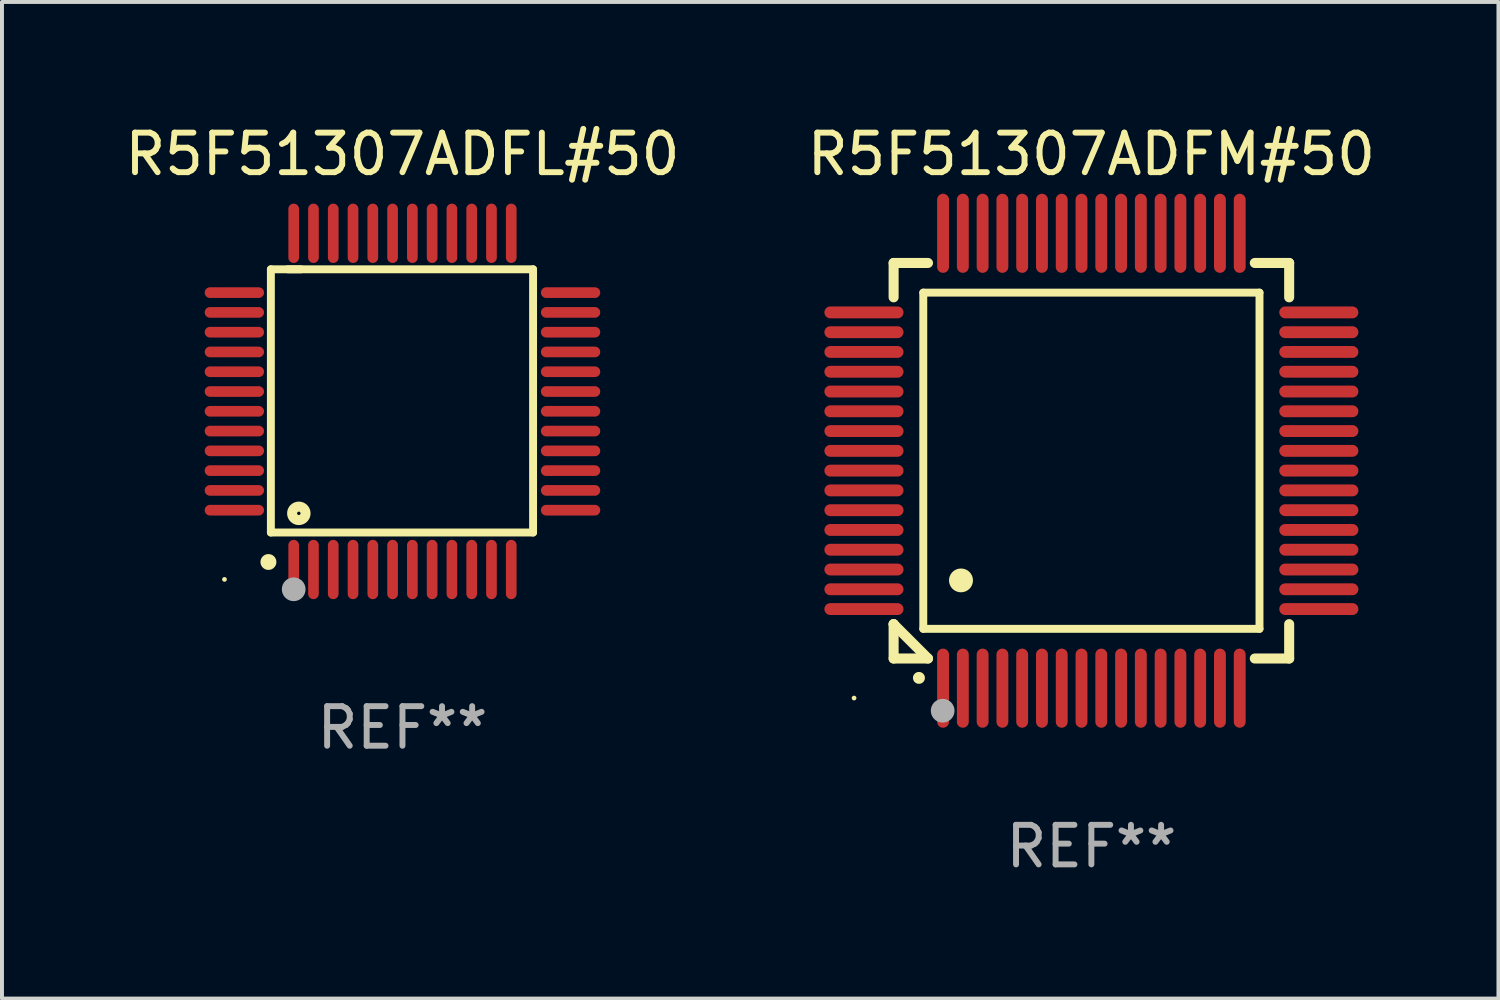
<source format=kicad_pcb>
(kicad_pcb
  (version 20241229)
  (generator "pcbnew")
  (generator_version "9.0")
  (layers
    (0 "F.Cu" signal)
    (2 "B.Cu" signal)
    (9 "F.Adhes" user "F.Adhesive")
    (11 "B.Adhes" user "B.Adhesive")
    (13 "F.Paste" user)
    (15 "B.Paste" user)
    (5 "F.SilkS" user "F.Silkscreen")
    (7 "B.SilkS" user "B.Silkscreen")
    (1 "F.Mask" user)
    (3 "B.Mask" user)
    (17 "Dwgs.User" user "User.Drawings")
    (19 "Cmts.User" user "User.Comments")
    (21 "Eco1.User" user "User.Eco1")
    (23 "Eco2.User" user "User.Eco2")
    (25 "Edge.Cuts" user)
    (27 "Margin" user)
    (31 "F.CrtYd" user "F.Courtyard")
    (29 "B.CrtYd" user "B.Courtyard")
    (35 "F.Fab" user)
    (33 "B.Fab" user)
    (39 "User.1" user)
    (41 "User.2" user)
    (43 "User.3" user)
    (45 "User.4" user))
  (footprint "R5F51307ADFL#50"
    (layer "F.Cu")
    (at 7.125 7.098)
    (property "Reference" "R5F51307ADFL#50" (at 0 -6.25 0) (layer "F.SilkS") (effects (font (size 1 1) (thickness 0.15))))
    (attr through_hole)
    (fp_line (start -3.327 -3.34) (end -2.565 -3.34) (stroke (width 0.2) (type solid)) (layer "F.SilkS"))
    (fp_line (start -3.327 3.315) (end -3.327 -3.34) (stroke (width 0.2) (type solid)) (layer "F.SilkS"))
    (fp_line (start -2.896 -3.34) (end 3.302 -3.34) (stroke (width 0.2) (type solid)) (layer "F.SilkS"))
    (fp_line (start 3.302 -3.34) (end 3.302 3.315) (stroke (width 0.2) (type solid)) (layer "F.SilkS"))
    (fp_line (start 3.302 3.315) (end -3.327 3.315) (stroke (width 0.2) (type solid)) (layer "F.SilkS"))
    (fp_arc (start -3.389992 4.059995) (mid -3.388722 4.059991) (end -3.387452 4.059995) (stroke (width 0.4) (type solid)) (layer "F.SilkS"))
    (fp_circle (center -4.5 4.5) (end -4.47 4.5) (stroke (width 0.06) (type solid)) (fill no) (layer "F.SilkS"))
    (fp_circle (center -2.62 2.83) (end -2.45 2.83) (stroke (width 0.254) (type solid)) (fill no) (layer "F.SilkS"))
    (fp_circle (center -2.75 4.75) (end -2.6 4.75) (stroke (width 0.3) (type solid)) (fill no) (layer "F.Fab"))
    (fp_text user "REF**" (at 0 8.25 0) (layer "F.Fab") (effects (font (size 1 1) (thickness 0.15))))
    (pad "1" smd oval (at -2.75 4.25) (size 0.27 1.5) (layers "F.Cu" "F.Mask" "F.Paste"))
    (pad "2" smd oval (at -2.25 4.25) (size 0.27 1.5) (layers "F.Cu" "F.Mask" "F.Paste"))
    (pad "3" smd oval (at -1.75 4.25) (size 0.27 1.5) (layers "F.Cu" "F.Mask" "F.Paste"))
    (pad "4" smd oval (at -1.25 4.25) (size 0.27 1.5) (layers "F.Cu" "F.Mask" "F.Paste"))
    (pad "5" smd oval (at -0.75 4.25) (size 0.27 1.5) (layers "F.Cu" "F.Mask" "F.Paste"))
    (pad "6" smd oval (at -0.25 4.25) (size 0.27 1.5) (layers "F.Cu" "F.Mask" "F.Paste"))
    (pad "7" smd oval (at 0.25 4.25) (size 0.27 1.5) (layers "F.Cu" "F.Mask" "F.Paste"))
    (pad "8" smd oval (at 0.75 4.25) (size 0.27 1.5) (layers "F.Cu" "F.Mask" "F.Paste"))
    (pad "9" smd oval (at 1.25 4.25) (size 0.27 1.5) (layers "F.Cu" "F.Mask" "F.Paste"))
    (pad "10" smd oval (at 1.75 4.25) (size 0.27 1.5) (layers "F.Cu" "F.Mask" "F.Paste"))
    (pad "11" smd oval (at 2.25 4.25) (size 0.27 1.5) (layers "F.Cu" "F.Mask" "F.Paste"))
    (pad "12" smd oval (at 2.75 4.25) (size 0.27 1.5) (layers "F.Cu" "F.Mask" "F.Paste"))
    (pad "13" smd oval (at 4.25 2.75) (size 1.5 0.27) (layers "F.Cu" "F.Mask" "F.Paste"))
    (pad "14" smd oval (at 4.25 2.25) (size 1.5 0.27) (layers "F.Cu" "F.Mask" "F.Paste"))
    (pad "15" smd oval (at 4.25 1.75) (size 1.5 0.27) (layers "F.Cu" "F.Mask" "F.Paste"))
    (pad "16" smd oval (at 4.25 1.25) (size 1.5 0.27) (layers "F.Cu" "F.Mask" "F.Paste"))
    (pad "17" smd oval (at 4.25 0.75) (size 1.5 0.27) (layers "F.Cu" "F.Mask" "F.Paste"))
    (pad "18" smd oval (at 4.25 0.25) (size 1.5 0.27) (layers "F.Cu" "F.Mask" "F.Paste"))
    (pad "19" smd oval (at 4.25 -0.25) (size 1.5 0.27) (layers "F.Cu" "F.Mask" "F.Paste"))
    (pad "20" smd oval (at 4.25 -0.75) (size 1.5 0.27) (layers "F.Cu" "F.Mask" "F.Paste"))
    (pad "21" smd oval (at 4.25 -1.25) (size 1.5 0.27) (layers "F.Cu" "F.Mask" "F.Paste"))
    (pad "22" smd oval (at 4.25 -1.75) (size 1.5 0.27) (layers "F.Cu" "F.Mask" "F.Paste"))
    (pad "23" smd oval (at 4.25 -2.25) (size 1.5 0.27) (layers "F.Cu" "F.Mask" "F.Paste"))
    (pad "24" smd oval (at 4.25 -2.75) (size 1.5 0.27) (layers "F.Cu" "F.Mask" "F.Paste"))
    (pad "25" smd oval (at 2.75 -4.25) (size 0.27 1.5) (layers "F.Cu" "F.Mask" "F.Paste"))
    (pad "26" smd oval (at 2.25 -4.25) (size 0.27 1.5) (layers "F.Cu" "F.Mask" "F.Paste"))
    (pad "27" smd oval (at 1.75 -4.25) (size 0.27 1.5) (layers "F.Cu" "F.Mask" "F.Paste"))
    (pad "28" smd oval (at 1.25 -4.25) (size 0.27 1.5) (layers "F.Cu" "F.Mask" "F.Paste"))
    (pad "29" smd oval (at 0.75 -4.25) (size 0.27 1.5) (layers "F.Cu" "F.Mask" "F.Paste"))
    (pad "30" smd oval (at 0.25 -4.25) (size 0.27 1.5) (layers "F.Cu" "F.Mask" "F.Paste"))
    (pad "31" smd oval (at -0.25 -4.25) (size 0.27 1.5) (layers "F.Cu" "F.Mask" "F.Paste"))
    (pad "32" smd oval (at -0.75 -4.25) (size 0.27 1.5) (layers "F.Cu" "F.Mask" "F.Paste"))
    (pad "33" smd oval (at -1.25 -4.25) (size 0.27 1.5) (layers "F.Cu" "F.Mask" "F.Paste"))
    (pad "34" smd oval (at -1.75 -4.25) (size 0.27 1.5) (layers "F.Cu" "F.Mask" "F.Paste"))
    (pad "35" smd oval (at -2.25 -4.25) (size 0.27 1.5) (layers "F.Cu" "F.Mask" "F.Paste"))
    (pad "36" smd oval (at -2.75 -4.25) (size 0.27 1.5) (layers "F.Cu" "F.Mask" "F.Paste"))
    (pad "37" smd oval (at -4.25 -2.75) (size 1.5 0.27) (layers "F.Cu" "F.Mask" "F.Paste"))
    (pad "38" smd oval (at -4.25 -2.25) (size 1.5 0.27) (layers "F.Cu" "F.Mask" "F.Paste"))
    (pad "39" smd oval (at -4.25 -1.75) (size 1.5 0.27) (layers "F.Cu" "F.Mask" "F.Paste"))
    (pad "40" smd oval (at -4.25 -1.25) (size 1.5 0.27) (layers "F.Cu" "F.Mask" "F.Paste"))
    (pad "41" smd oval (at -4.25 -0.75) (size 1.5 0.27) (layers "F.Cu" "F.Mask" "F.Paste"))
    (pad "42" smd oval (at -4.25 -0.25) (size 1.5 0.27) (layers "F.Cu" "F.Mask" "F.Paste"))
    (pad "43" smd oval (at -4.25 0.25) (size 1.5 0.27) (layers "F.Cu" "F.Mask" "F.Paste"))
    (pad "44" smd oval (at -4.25 0.75) (size 1.5 0.27) (layers "F.Cu" "F.Mask" "F.Paste"))
    (pad "45" smd oval (at -4.25 1.25) (size 1.5 0.27) (layers "F.Cu" "F.Mask" "F.Paste"))
    (pad "46" smd oval (at -4.25 1.75) (size 1.5 0.27) (layers "F.Cu" "F.Mask" "F.Paste"))
    (pad "47" smd oval (at -4.25 2.25) (size 1.5 0.27) (layers "F.Cu" "F.Mask" "F.Paste"))
    (pad "48" smd oval (at -4.25 2.75) (size 1.5 0.27) (layers "F.Cu" "F.Mask" "F.Paste")))
  (footprint "R5F51307ADFM#50"
    (layer "F.Cu")
    (at 24.542 8.598)
    (property "Reference" "R5F51307ADFM#50" (at 0 -7.75 0) (layer "F.SilkS") (effects (font (size 1 1) (thickness 0.15))))
    (attr through_hole)
    (fp_line (start -5 -5) (end -4.131 -5) (stroke (width 0.254) (type solid)) (layer "F.SilkS"))
    (fp_line (start -5 -4.131) (end -5 -5) (stroke (width 0.254) (type solid)) (layer "F.SilkS"))
    (fp_line (start -5 4.131) (end -5 4.131) (stroke (width 0.254) (type solid)) (layer "F.SilkS"))
    (fp_line (start -5 5) (end -5 4.131) (stroke (width 0.254) (type solid)) (layer "F.SilkS"))
    (fp_line (start -5 4.131) (end -4.131 5) (stroke (width 0.254) (type solid)) (layer "F.SilkS"))
    (fp_line (start -4.25 -4.25) (end -4.25 4.25) (stroke (width 0.2) (type solid)) (layer "F.SilkS"))
    (fp_line (start -4.25 4.25) (end 4.25 4.25) (stroke (width 0.2) (type solid)) (layer "F.SilkS"))
    (fp_line (start -4.131 5) (end -5 5) (stroke (width 0.254) (type solid)) (layer "F.SilkS"))
    (fp_line (start 4.25 -4.25) (end -4.25 -4.25) (stroke (width 0.2) (type solid)) (layer "F.SilkS"))
    (fp_line (start 4.25 4.25) (end 4.25 -4.25) (stroke (width 0.2) (type solid)) (layer "F.SilkS"))
    (fp_line (start 5 -5) (end 4.131 -5) (stroke (width 0.254) (type solid)) (layer "F.SilkS"))
    (fp_line (start 5 -5) (end 5 -4.131) (stroke (width 0.254) (type solid)) (layer "F.SilkS"))
    (fp_line (start 5 4.131) (end 5 5) (stroke (width 0.254) (type solid)) (layer "F.SilkS"))
    (fp_line (start 5 5) (end 4.131 5) (stroke (width 0.254) (type solid)) (layer "F.SilkS"))
    (fp_arc (start -4.361265 5.489992) (mid -4.359995 5.489987) (end -4.358725 5.489992) (stroke (width 0.3) (type solid)) (layer "F.SilkS"))
    (fp_arc (start -3.299467 3.025146) (mid -3.296927 3.025135) (end -3.294387 3.025146) (stroke (width 0.6) (type solid)) (layer "F.SilkS"))
    (fp_circle (center -6 6) (end -5.97 6) (stroke (width 0.06) (type solid)) (fill no) (layer "F.SilkS"))
    (fp_circle (center -3.76 6.32) (end -3.61 6.32) (stroke (width 0.3) (type solid)) (fill no) (layer "F.Fab"))
    (fp_text user "REF**" (at 0 9.75 0) (layer "F.Fab") (effects (font (size 1 1) (thickness 0.15))))
    (pad "1" smd oval (at -3.75 5.75) (size 0.3 2) (layers "F.Cu" "F.Mask" "F.Paste"))
    (pad "2" smd oval (at -3.25 5.75) (size 0.3 2) (layers "F.Cu" "F.Mask" "F.Paste"))
    (pad "3" smd oval (at -2.75 5.75) (size 0.3 2) (layers "F.Cu" "F.Mask" "F.Paste"))
    (pad "4" smd oval (at -2.25 5.75) (size 0.3 2) (layers "F.Cu" "F.Mask" "F.Paste"))
    (pad "5" smd oval (at -1.75 5.75) (size 0.3 2) (layers "F.Cu" "F.Mask" "F.Paste"))
    (pad "6" smd oval (at -1.25 5.75) (size 0.3 2) (layers "F.Cu" "F.Mask" "F.Paste"))
    (pad "7" smd oval (at -0.75 5.75) (size 0.3 2) (layers "F.Cu" "F.Mask" "F.Paste"))
    (pad "8" smd oval (at -0.25 5.75) (size 0.3 2) (layers "F.Cu" "F.Mask" "F.Paste"))
    (pad "9" smd oval (at 0.25 5.75) (size 0.3 2) (layers "F.Cu" "F.Mask" "F.Paste"))
    (pad "10" smd oval (at 0.75 5.75) (size 0.3 2) (layers "F.Cu" "F.Mask" "F.Paste"))
    (pad "11" smd oval (at 1.25 5.75) (size 0.3 2) (layers "F.Cu" "F.Mask" "F.Paste"))
    (pad "12" smd oval (at 1.75 5.75) (size 0.3 2) (layers "F.Cu" "F.Mask" "F.Paste"))
    (pad "13" smd oval (at 2.25 5.75) (size 0.3 2) (layers "F.Cu" "F.Mask" "F.Paste"))
    (pad "14" smd oval (at 2.75 5.75) (size 0.3 2) (layers "F.Cu" "F.Mask" "F.Paste"))
    (pad "15" smd oval (at 3.25 5.75) (size 0.3 2) (layers "F.Cu" "F.Mask" "F.Paste"))
    (pad "16" smd oval (at 3.75 5.75) (size 0.3 2) (layers "F.Cu" "F.Mask" "F.Paste"))
    (pad "17" smd oval (at 5.75 3.75) (size 2 0.3) (layers "F.Cu" "F.Mask" "F.Paste"))
    (pad "18" smd oval (at 5.75 3.25) (size 2 0.3) (layers "F.Cu" "F.Mask" "F.Paste"))
    (pad "19" smd oval (at 5.75 2.75) (size 2 0.3) (layers "F.Cu" "F.Mask" "F.Paste"))
    (pad "20" smd oval (at 5.75 2.25) (size 2 0.3) (layers "F.Cu" "F.Mask" "F.Paste"))
    (pad "21" smd oval (at 5.75 1.75) (size 2 0.3) (layers "F.Cu" "F.Mask" "F.Paste"))
    (pad "22" smd oval (at 5.75 1.25) (size 2 0.3) (layers "F.Cu" "F.Mask" "F.Paste"))
    (pad "23" smd oval (at 5.75 0.75) (size 2 0.3) (layers "F.Cu" "F.Mask" "F.Paste"))
    (pad "24" smd oval (at 5.75 0.25) (size 2 0.3) (layers "F.Cu" "F.Mask" "F.Paste"))
    (pad "25" smd oval (at 5.75 -0.25) (size 2 0.3) (layers "F.Cu" "F.Mask" "F.Paste"))
    (pad "26" smd oval (at 5.75 -0.75) (size 2 0.3) (layers "F.Cu" "F.Mask" "F.Paste"))
    (pad "27" smd oval (at 5.75 -1.25) (size 2 0.3) (layers "F.Cu" "F.Mask" "F.Paste"))
    (pad "28" smd oval (at 5.75 -1.75) (size 2 0.3) (layers "F.Cu" "F.Mask" "F.Paste"))
    (pad "29" smd oval (at 5.75 -2.25) (size 2 0.3) (layers "F.Cu" "F.Mask" "F.Paste"))
    (pad "30" smd oval (at 5.75 -2.75) (size 2 0.3) (layers "F.Cu" "F.Mask" "F.Paste"))
    (pad "31" smd oval (at 5.75 -3.25) (size 2 0.3) (layers "F.Cu" "F.Mask" "F.Paste"))
    (pad "32" smd oval (at 5.75 -3.75) (size 2 0.3) (layers "F.Cu" "F.Mask" "F.Paste"))
    (pad "33" smd oval (at 3.75 -5.75) (size 0.3 2) (layers "F.Cu" "F.Mask" "F.Paste"))
    (pad "34" smd oval (at 3.25 -5.75) (size 0.3 2) (layers "F.Cu" "F.Mask" "F.Paste"))
    (pad "35" smd oval (at 2.75 -5.75) (size 0.3 2) (layers "F.Cu" "F.Mask" "F.Paste"))
    (pad "36" smd oval (at 2.25 -5.75) (size 0.3 2) (layers "F.Cu" "F.Mask" "F.Paste"))
    (pad "37" smd oval (at 1.75 -5.75) (size 0.3 2) (layers "F.Cu" "F.Mask" "F.Paste"))
    (pad "38" smd oval (at 1.25 -5.75) (size 0.3 2) (layers "F.Cu" "F.Mask" "F.Paste"))
    (pad "39" smd oval (at 0.75 -5.75) (size 0.3 2) (layers "F.Cu" "F.Mask" "F.Paste"))
    (pad "40" smd oval (at 0.25 -5.75) (size 0.3 2) (layers "F.Cu" "F.Mask" "F.Paste"))
    (pad "41" smd oval (at -0.25 -5.75) (size 0.3 2) (layers "F.Cu" "F.Mask" "F.Paste"))
    (pad "42" smd oval (at -0.75 -5.75) (size 0.3 2) (layers "F.Cu" "F.Mask" "F.Paste"))
    (pad "43" smd oval (at -1.25 -5.75) (size 0.3 2) (layers "F.Cu" "F.Mask" "F.Paste"))
    (pad "44" smd oval (at -1.75 -5.75) (size 0.3 2) (layers "F.Cu" "F.Mask" "F.Paste"))
    (pad "45" smd oval (at -2.25 -5.75) (size 0.3 2) (layers "F.Cu" "F.Mask" "F.Paste"))
    (pad "46" smd oval (at -2.75 -5.75) (size 0.3 2) (layers "F.Cu" "F.Mask" "F.Paste"))
    (pad "47" smd oval (at -3.25 -5.75) (size 0.3 2) (layers "F.Cu" "F.Mask" "F.Paste"))
    (pad "48" smd oval (at -3.75 -5.75) (size 0.3 2) (layers "F.Cu" "F.Mask" "F.Paste"))
    (pad "49" smd oval (at -5.75 -3.75) (size 2 0.3) (layers "F.Cu" "F.Mask" "F.Paste"))
    (pad "50" smd oval (at -5.75 -3.25) (size 2 0.3) (layers "F.Cu" "F.Mask" "F.Paste"))
    (pad "51" smd oval (at -5.75 -2.75) (size 2 0.3) (layers "F.Cu" "F.Mask" "F.Paste"))
    (pad "52" smd oval (at -5.75 -2.25) (size 2 0.3) (layers "F.Cu" "F.Mask" "F.Paste"))
    (pad "53" smd oval (at -5.75 -1.75) (size 2 0.3) (layers "F.Cu" "F.Mask" "F.Paste"))
    (pad "54" smd oval (at -5.75 -1.25) (size 2 0.3) (layers "F.Cu" "F.Mask" "F.Paste"))
    (pad "55" smd oval (at -5.75 -0.75) (size 2 0.3) (layers "F.Cu" "F.Mask" "F.Paste"))
    (pad "56" smd oval (at -5.75 -0.25) (size 2 0.3) (layers "F.Cu" "F.Mask" "F.Paste"))
    (pad "57" smd oval (at -5.75 0.25) (size 2 0.3) (layers "F.Cu" "F.Mask" "F.Paste"))
    (pad "58" smd oval (at -5.75 0.75) (size 2 0.3) (layers "F.Cu" "F.Mask" "F.Paste"))
    (pad "59" smd oval (at -5.75 1.25) (size 2 0.3) (layers "F.Cu" "F.Mask" "F.Paste"))
    (pad "60" smd oval (at -5.75 1.75) (size 2 0.3) (layers "F.Cu" "F.Mask" "F.Paste"))
    (pad "61" smd oval (at -5.75 2.25) (size 2 0.3) (layers "F.Cu" "F.Mask" "F.Paste"))
    (pad "62" smd oval (at -5.75 2.75) (size 2 0.3) (layers "F.Cu" "F.Mask" "F.Paste"))
    (pad "63" smd oval (at -5.75 3.25) (size 2 0.3) (layers "F.Cu" "F.Mask" "F.Paste"))
    (pad "64" smd oval (at -5.75 3.75) (size 2 0.3) (layers "F.Cu" "F.Mask" "F.Paste")))
  (gr_rect
    (start -3 -3)
    (end 34.833 22.196)
    (stroke (width 0.1) (type default))
    (fill no)
    (layer "Edge.Cuts")))
</source>
